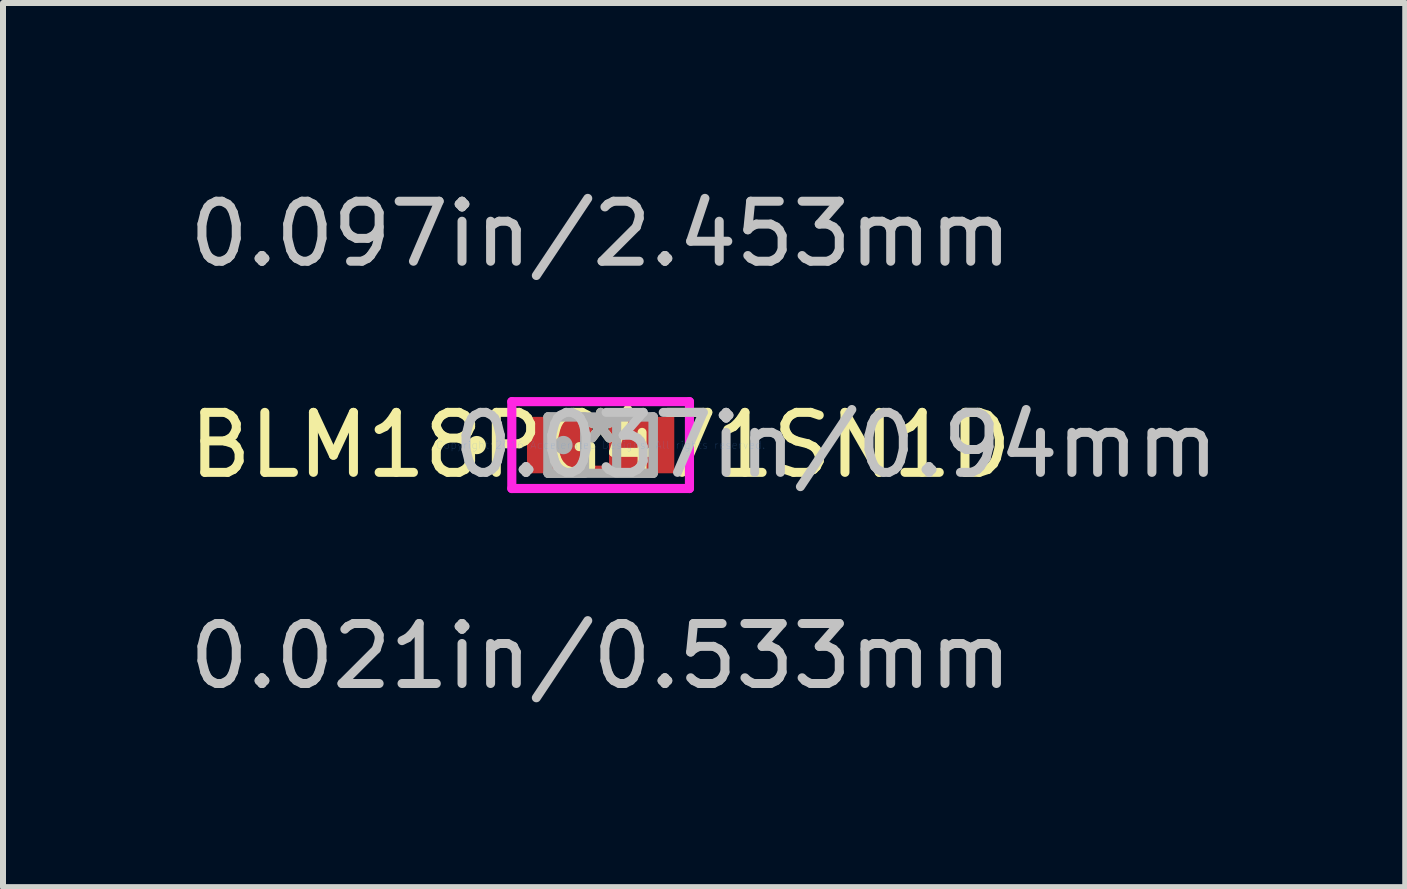
<source format=kicad_pcb>
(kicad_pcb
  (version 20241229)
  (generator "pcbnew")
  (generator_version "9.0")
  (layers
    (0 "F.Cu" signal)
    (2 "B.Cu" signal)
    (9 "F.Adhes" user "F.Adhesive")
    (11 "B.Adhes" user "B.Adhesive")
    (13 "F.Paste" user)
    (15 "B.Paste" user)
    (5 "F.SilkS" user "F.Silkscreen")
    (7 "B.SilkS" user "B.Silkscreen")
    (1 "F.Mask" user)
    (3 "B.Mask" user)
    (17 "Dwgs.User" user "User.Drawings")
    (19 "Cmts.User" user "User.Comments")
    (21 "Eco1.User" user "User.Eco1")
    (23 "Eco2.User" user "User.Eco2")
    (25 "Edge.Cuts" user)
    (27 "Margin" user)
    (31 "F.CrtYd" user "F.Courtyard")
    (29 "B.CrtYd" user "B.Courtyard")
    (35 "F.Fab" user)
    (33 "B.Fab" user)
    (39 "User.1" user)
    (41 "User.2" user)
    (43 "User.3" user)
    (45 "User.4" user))
  (footprint "BLM18PG471SN1D"
    (layer "F.Cu")
    (at 6.958 4.366)
    (property "Reference" "BLM18PG471SN1D" (at 0 0 0) (layer "F.SilkS") (effects (font (size 1 1) (thickness 0.15))))
    (attr through_hole)
    (fp_line (start -0.216 -0.419) (end 0.216 -0.419) (stroke (width 0.152) (type solid)) (layer "F.Cu"))
    (fp_line (start -0.216 0.419) (end -0.216 -0.419) (stroke (width 0.152) (type solid)) (layer "F.Cu"))
    (fp_line (start 0.216 -0.419) (end 0.216 0.419) (stroke (width 0.152) (type solid)) (layer "F.Cu"))
    (fp_line (start 0.216 0.419) (end -0.216 0.419) (stroke (width 0.152) (type solid)) (layer "F.Cu"))
    (fp_circle (center -2.064 0) (end -1.988 0) (stroke (width 0.152) (type solid)) (fill no) (layer "F.SilkS"))
    (fp_line (start -1.48 -0.724) (end 1.48 -0.724) (stroke (width 0.152) (type solid)) (layer "F.CrtYd"))
    (fp_line (start -1.48 0.724) (end -1.48 -0.724) (stroke (width 0.152) (type solid)) (layer "F.CrtYd"))
    (fp_line (start 1.48 -0.724) (end 1.48 0.724) (stroke (width 0.152) (type solid)) (layer "F.CrtYd"))
    (fp_line (start 1.48 0.724) (end -1.48 0.724) (stroke (width 0.152) (type solid)) (layer "F.CrtYd"))
    (fp_line (start -0.876 -0.47) (end -0.876 0.47) (stroke (width 0.152) (type solid)) (layer "F.Fab"))
    (fp_line (start -0.876 -0.47) (end -0.876 0.47) (stroke (width 0.152) (type solid)) (layer "F.Fab"))
    (fp_line (start -0.876 0.47) (end -0.267 0.47) (stroke (width 0.152) (type solid)) (layer "F.Fab"))
    (fp_line (start -0.876 0.47) (end 0.876 0.47) (stroke (width 0.152) (type solid)) (layer "F.Fab"))
    (fp_line (start -0.267 -0.47) (end -0.876 -0.47) (stroke (width 0.152) (type solid)) (layer "F.Fab"))
    (fp_line (start -0.267 0.47) (end -0.267 -0.47) (stroke (width 0.152) (type solid)) (layer "F.Fab"))
    (fp_line (start 0.267 -0.47) (end 0.267 0.47) (stroke (width 0.152) (type solid)) (layer "F.Fab"))
    (fp_line (start 0.267 0.47) (end 0.876 0.47) (stroke (width 0.152) (type solid)) (layer "F.Fab"))
    (fp_line (start 0.876 -0.47) (end -0.876 -0.47) (stroke (width 0.152) (type solid)) (layer "F.Fab"))
    (fp_line (start 0.876 -0.47) (end 0.267 -0.47) (stroke (width 0.152) (type solid)) (layer "F.Fab"))
    (fp_line (start 0.876 0.47) (end 0.876 -0.47) (stroke (width 0.152) (type solid)) (layer "F.Fab"))
    (fp_line (start 0.876 0.47) (end 0.876 -0.47) (stroke (width 0.152) (type solid)) (layer "F.Fab"))
    (fp_circle (center -0.62 0) (end -0.543 0) (stroke (width 0.152) (type solid)) (fill no) (layer "F.Fab"))
    (fp_text user "*" (at 0 0 0) (layer "F.SilkS") (effects (font (size 1 1) (thickness 0.15))))
    (fp_text user "0.037in/0.94mm" (at 3.924 0 0) (layer "Dwgs.User") (effects (font (size 1 1) (thickness 0.15))))
    (fp_text user "0.097in/2.453mm" (at 0 -3.518 0) (layer "Dwgs.User") (effects (font (size 1 1) (thickness 0.15))))
    (fp_text user "0.021in/0.533mm" (at 0 3.518 0) (layer "Dwgs.User") (effects (font (size 1 1) (thickness 0.15))))
    (fp_text user "Copyright 2016 Accelerated Designs. All rights reserved." (at 0 0 0) (layer "Cmts.User") (effects (font (size 0.127 0.127) (thickness 0.002))))
    (fp_text user "*" (at 0 0 0) (layer "F.Fab") (effects (font (size 1 1) (thickness 0.15))))
    (pad "1" smd rect (at -0.747 0) (size 0.96 0.94) (layers "F.Cu" "F.Mask" "F.Paste"))
    (pad "2" smd rect (at 0.747 0) (size 0.96 0.94) (layers "F.Cu" "F.Mask" "F.Paste")))
  (gr_rect
    (start -3 -3)
    (end 20.365 11.732)
    (stroke (width 0.1) (type default))
    (fill no)
    (layer "Edge.Cuts")))
</source>
